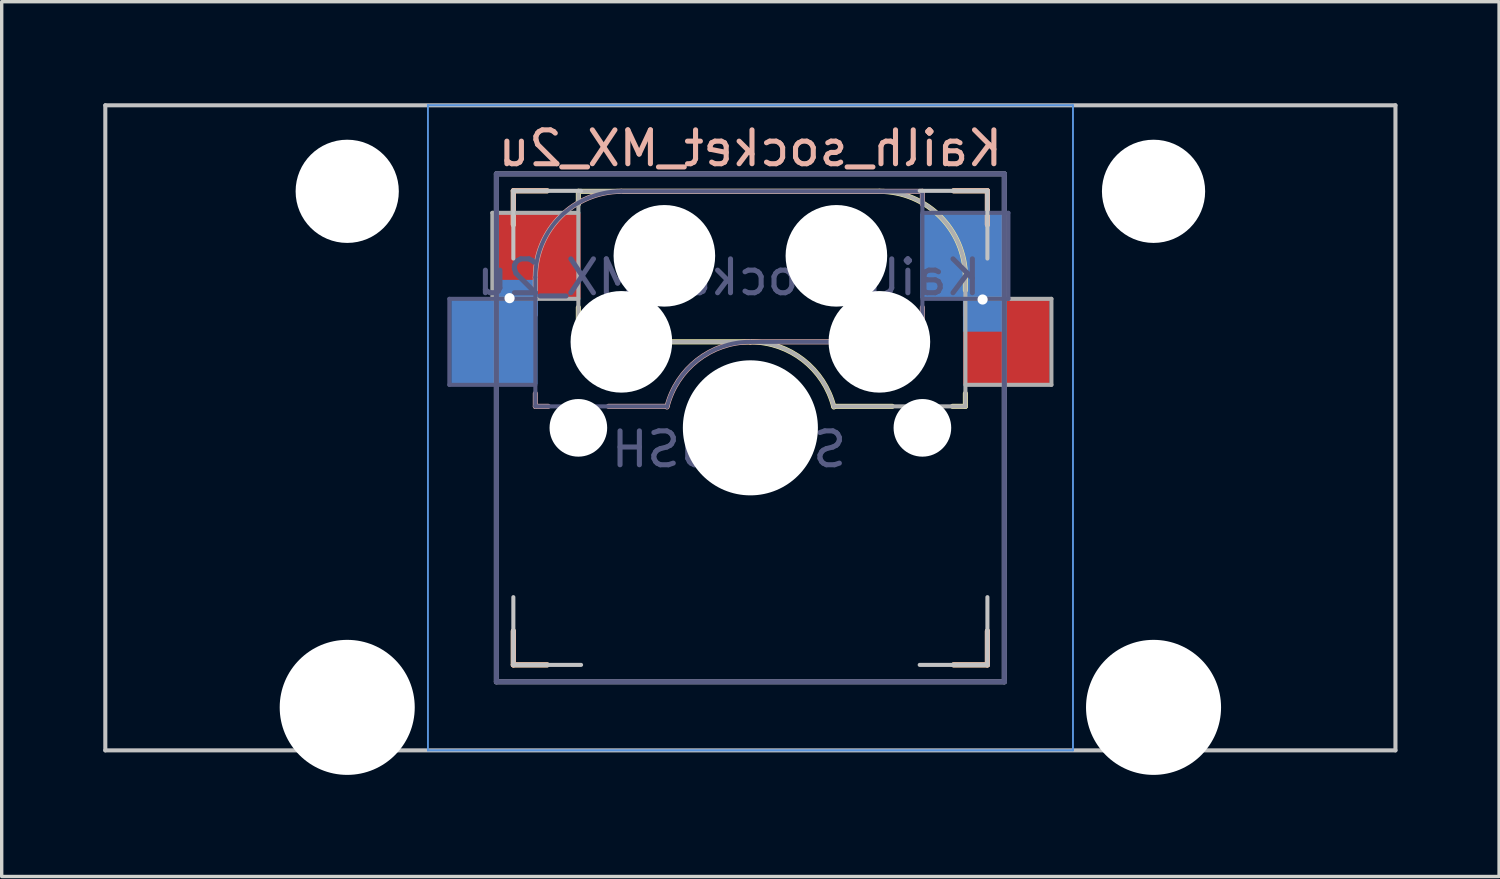
<source format=kicad_pcb>
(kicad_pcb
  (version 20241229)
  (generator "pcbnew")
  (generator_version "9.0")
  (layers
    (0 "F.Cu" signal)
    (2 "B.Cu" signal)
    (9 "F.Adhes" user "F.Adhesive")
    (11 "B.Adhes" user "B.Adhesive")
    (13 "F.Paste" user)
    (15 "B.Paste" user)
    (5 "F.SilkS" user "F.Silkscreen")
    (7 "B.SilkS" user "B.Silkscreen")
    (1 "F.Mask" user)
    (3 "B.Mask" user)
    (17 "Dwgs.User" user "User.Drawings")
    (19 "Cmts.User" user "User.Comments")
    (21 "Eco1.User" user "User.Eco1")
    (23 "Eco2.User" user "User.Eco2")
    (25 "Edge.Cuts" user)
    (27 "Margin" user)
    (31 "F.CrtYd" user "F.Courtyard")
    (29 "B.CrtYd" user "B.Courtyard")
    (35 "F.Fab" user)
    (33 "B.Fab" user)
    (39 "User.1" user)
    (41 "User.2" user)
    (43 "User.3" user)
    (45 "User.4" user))
  (footprint "Kailh_socket_MX_2u"
    (layer "F.Cu")
    (at 19.11 9.585)
    (property "Reference" "Kailh_socket_MX_2u" (at 0 -8.255 180) (layer "B.SilkS") (effects (font (size 1 1) (thickness 0.15)) (justify mirror)))
    (property "Value" "SW_PUSH" (at 0 8.255 180) (layer "F.Fab") (hide yes) (effects (font (size 1 1) (thickness 0.15))))
    (attr smd)
    (fp_line (start -7 -6) (end -7 -7) (stroke (width 0.15) (type solid)) (layer "F.SilkS"))
    (fp_line (start -7 7) (end -7 6) (stroke (width 0.15) (type solid)) (layer "F.SilkS"))
    (fp_line (start -7 7) (end -6 7) (stroke (width 0.15) (type solid)) (layer "F.SilkS"))
    (fp_line (start -6 -7) (end -7 -7) (stroke (width 0.15) (type solid)) (layer "F.SilkS"))
    (fp_line (start -5.08 -6.985) (end -5.08 -6.604) (stroke (width 0.15) (type solid)) (layer "F.SilkS"))
    (fp_line (start -5.08 -3.556) (end -5.08 -2.54) (stroke (width 0.15) (type solid)) (layer "F.SilkS"))
    (fp_line (start -5.08 -2.54) (end 0 -2.54) (stroke (width 0.15) (type solid)) (layer "F.SilkS"))
    (fp_line (start 2.464 -0.635) (end 4.191 -0.635) (stroke (width 0.15) (type solid)) (layer "F.SilkS"))
    (fp_line (start 3.81 -6.985) (end -5.08 -6.985) (stroke (width 0.15) (type solid)) (layer "F.SilkS"))
    (fp_line (start 5.969 -0.635) (end 6.35 -0.635) (stroke (width 0.15) (type solid)) (layer "F.SilkS"))
    (fp_line (start 6 7) (end 7 7) (stroke (width 0.15) (type solid)) (layer "F.SilkS"))
    (fp_line (start 6.35 -4.445) (end 6.35 -4.064) (stroke (width 0.15) (type solid)) (layer "F.SilkS"))
    (fp_line (start 6.35 -1.016) (end 6.35 -0.635) (stroke (width 0.15) (type solid)) (layer "F.SilkS"))
    (fp_line (start 7 -7) (end 6 -7) (stroke (width 0.15) (type solid)) (layer "F.SilkS"))
    (fp_line (start 7 -7) (end 7 -6) (stroke (width 0.15) (type solid)) (layer "F.SilkS"))
    (fp_line (start 7 6) (end 7 7) (stroke (width 0.15) (type solid)) (layer "F.SilkS"))
    (fp_arc (start 0 -2.54) (mid 1.563147 -2.002042) (end 2.464162 -0.61604) (stroke (width 0.15) (type solid)) (layer "F.SilkS"))
    (fp_arc (start 3.81 -6.985) (mid 5.606051 -6.241051) (end 6.35 -4.445) (stroke (width 0.15) (type solid)) (layer "F.SilkS"))
    (fp_line (start -7 -7) (end -7 -6) (stroke (width 0.15) (type solid)) (layer "B.SilkS"))
    (fp_line (start -7 -7) (end -6 -7) (stroke (width 0.15) (type solid)) (layer "B.SilkS"))
    (fp_line (start -7 6) (end -7 7) (stroke (width 0.15) (type solid)) (layer "B.SilkS"))
    (fp_line (start -6.35 -4.445) (end -6.35 -4.064) (stroke (width 0.15) (type solid)) (layer "B.SilkS"))
    (fp_line (start -6.35 -1.016) (end -6.35 -0.635) (stroke (width 0.15) (type solid)) (layer "B.SilkS"))
    (fp_line (start -6 7) (end -7 7) (stroke (width 0.15) (type solid)) (layer "B.SilkS"))
    (fp_line (start -5.969 -0.635) (end -6.35 -0.635) (stroke (width 0.15) (type solid)) (layer "B.SilkS"))
    (fp_line (start -3.81 -6.985) (end 5.08 -6.985) (stroke (width 0.15) (type solid)) (layer "B.SilkS"))
    (fp_line (start -2.464 -0.635) (end -4.191 -0.635) (stroke (width 0.15) (type solid)) (layer "B.SilkS"))
    (fp_line (start 5.08 -6.985) (end 5.08 -6.604) (stroke (width 0.15) (type solid)) (layer "B.SilkS"))
    (fp_line (start 5.08 -3.556) (end 5.08 -2.54) (stroke (width 0.15) (type solid)) (layer "B.SilkS"))
    (fp_line (start 5.08 -2.54) (end 0 -2.54) (stroke (width 0.15) (type solid)) (layer "B.SilkS"))
    (fp_line (start 6 -7) (end 7 -7) (stroke (width 0.15) (type solid)) (layer "B.SilkS"))
    (fp_line (start 7 -6) (end 7 -7) (stroke (width 0.15) (type solid)) (layer "B.SilkS"))
    (fp_line (start 7 7) (end 6 7) (stroke (width 0.15) (type solid)) (layer "B.SilkS"))
    (fp_line (start 7 7) (end 7 6) (stroke (width 0.15) (type solid)) (layer "B.SilkS"))
    (fp_arc (start -6.35 -4.445) (mid -5.606051 -6.241051) (end -3.81 -6.985) (stroke (width 0.15) (type solid)) (layer "B.SilkS"))
    (fp_arc (start -2.464162 -0.61604) (mid -1.563147 -2.002042) (end 0 -2.54) (stroke (width 0.15) (type solid)) (layer "B.SilkS"))
    (fp_line (start -19.05 -9.525) (end -19.05 9.525) (stroke (width 0.12) (type solid)) (layer "Dwgs.User"))
    (fp_line (start -19.05 -9.525) (end 19.05 -9.525) (stroke (width 0.12) (type solid)) (layer "Dwgs.User"))
    (fp_line (start -19.05 9.525) (end 19.05 9.525) (stroke (width 0.12) (type solid)) (layer "Dwgs.User"))
    (fp_line (start -7 -7) (end -5 -7) (stroke (width 0.12) (type solid)) (layer "Dwgs.User"))
    (fp_line (start -7 -5) (end -7 -7) (stroke (width 0.12) (type solid)) (layer "Dwgs.User"))
    (fp_line (start -7 7) (end -7 5) (stroke (width 0.12) (type solid)) (layer "Dwgs.User"))
    (fp_line (start -5 7) (end -7 7) (stroke (width 0.12) (type solid)) (layer "Dwgs.User"))
    (fp_line (start 5 -7) (end 7 -7) (stroke (width 0.12) (type solid)) (layer "Dwgs.User"))
    (fp_line (start 5 7) (end 7 7) (stroke (width 0.12) (type solid)) (layer "Dwgs.User"))
    (fp_line (start 7 -7) (end 7 -5) (stroke (width 0.12) (type solid)) (layer "Dwgs.User"))
    (fp_line (start 7 7) (end 7 5) (stroke (width 0.12) (type solid)) (layer "Dwgs.User"))
    (fp_line (start 19.05 -9.525) (end 19.05 9.525) (stroke (width 0.12) (type solid)) (layer "Dwgs.User"))
    (fp_line (start -9.525 -9.525) (end -9.525 9.525) (stroke (width 0.05) (type solid)) (layer "Cmts.User"))
    (fp_line (start -9.525 -9.525) (end -9.525 9.525) (stroke (width 0.05) (type solid)) (layer "Cmts.User"))
    (fp_line (start -9.525 -9.525) (end 9.525 -9.525) (stroke (width 0.05) (type solid)) (layer "Cmts.User"))
    (fp_line (start -9.525 9.525) (end 9.525 9.525) (stroke (width 0.05) (type solid)) (layer "Cmts.User"))
    (fp_line (start 9.525 -9.525) (end -9.525 -9.525) (stroke (width 0.05) (type solid)) (layer "Cmts.User"))
    (fp_line (start 9.525 -9.525) (end 9.525 9.525) (stroke (width 0.05) (type solid)) (layer "Cmts.User"))
    (fp_line (start 9.525 -9.525) (end 9.525 9.525) (stroke (width 0.05) (type solid)) (layer "Cmts.User"))
    (fp_line (start 9.525 9.525) (end -9.525 9.525) (stroke (width 0.05) (type solid)) (layer "Cmts.User"))
    (fp_line (start -15.281 -5.5) (end -15.281 7.5) (stroke (width 0.05) (type solid)) (layer "Eco2.User"))
    (fp_line (start -14.781 -6) (end -9.031 -6) (stroke (width 0.05) (type solid)) (layer "Eco2.User"))
    (fp_line (start -14.781 8) (end -9.031 8) (stroke (width 0.05) (type solid)) (layer "Eco2.User"))
    (fp_line (start -8.531 -5.5) (end -8.531 7.5) (stroke (width 0.05) (type solid)) (layer "Eco2.User"))
    (fp_line (start -6.9 -6.9) (end -6.9 6.9) (stroke (width 0.15) (type solid)) (layer "Eco2.User"))
    (fp_line (start -6.9 -6.9) (end 6.9 -6.9) (stroke (width 0.15) (type solid)) (layer "Eco2.User"))
    (fp_line (start -6.9 6.9) (end -6.9 -6.9) (stroke (width 0.15) (type solid)) (layer "Eco2.User"))
    (fp_line (start -6.9 6.9) (end 6.9 6.9) (stroke (width 0.15) (type solid)) (layer "Eco2.User"))
    (fp_line (start 6.9 -6.9) (end -6.9 -6.9) (stroke (width 0.15) (type solid)) (layer "Eco2.User"))
    (fp_line (start 6.9 -6.9) (end 6.9 6.9) (stroke (width 0.15) (type solid)) (layer "Eco2.User"))
    (fp_line (start 6.9 6.9) (end -6.9 6.9) (stroke (width 0.15) (type solid)) (layer "Eco2.User"))
    (fp_line (start 6.9 6.9) (end 6.9 -6.9) (stroke (width 0.15) (type solid)) (layer "Eco2.User"))
    (fp_line (start 8.531 -5.5) (end 8.531 7.5) (stroke (width 0.05) (type solid)) (layer "Eco2.User"))
    (fp_line (start 9.031 -6) (end 14.78 -6) (stroke (width 0.05) (type solid)) (layer "Eco2.User"))
    (fp_line (start 9.031 8) (end 14.781 8) (stroke (width 0.05) (type solid)) (layer "Eco2.User"))
    (fp_line (start 15.28 -5.5) (end 15.281 7.5) (stroke (width 0.05) (type solid)) (layer "Eco2.User"))
    (fp_arc (start -15.28125 -5.499999) (mid -15.134804 -5.853553) (end -14.78125 -5.999999) (stroke (width 0.05) (type solid)) (layer "Eco2.User"))
    (fp_arc (start -14.78125 8.000001) (mid -15.134804 7.853554) (end -15.28125 7.500001) (stroke (width 0.05) (type solid)) (layer "Eco2.User"))
    (fp_arc (start -9.03125 -5.999999) (mid -8.677729 -5.853535) (end -8.53125 -5.499999) (stroke (width 0.05) (type solid)) (layer "Eco2.User"))
    (fp_arc (start -8.53125 7.500001) (mid -8.677694 7.853571) (end -9.03125 8.000001) (stroke (width 0.05) (type solid)) (layer "Eco2.User"))
    (fp_arc (start 8.53125 -5.499999) (mid 8.677693 -5.853571) (end 9.03125 -5.999999) (stroke (width 0.05) (type solid)) (layer "Eco2.User"))
    (fp_arc (start 9.03125 8.000001) (mid 8.677729 7.853537) (end 8.53125 7.500001) (stroke (width 0.05) (type solid)) (layer "Eco2.User"))
    (fp_arc (start 14.780039 -5.999999) (mid 15.133567 -5.853539) (end 15.280039 -5.499999) (stroke (width 0.05) (type solid)) (layer "Eco2.User"))
    (fp_arc (start 15.28125 7.500001) (mid 15.134806 7.853571) (end 14.78125 8.000001) (stroke (width 0.05) (type solid)) (layer "Eco2.User"))
    (fp_line (start -8.89 -3.81) (end -6.35 -3.81) (stroke (width 0.12) (type solid)) (layer "B.Fab"))
    (fp_line (start -8.89 -1.27) (end -8.89 -3.81) (stroke (width 0.12) (type solid)) (layer "B.Fab"))
    (fp_line (start -7.5 -7.5) (end -7.5 7.5) (stroke (width 0.15) (type solid)) (layer "B.Fab"))
    (fp_line (start -7.5 7.5) (end 7.5 7.5) (stroke (width 0.15) (type solid)) (layer "B.Fab"))
    (fp_line (start -6.35 -1.27) (end -8.89 -1.27) (stroke (width 0.12) (type solid)) (layer "B.Fab"))
    (fp_line (start -6.35 -0.635) (end -6.35 -4.445) (stroke (width 0.12) (type solid)) (layer "B.Fab"))
    (fp_line (start -6.35 -0.635) (end -2.54 -0.635) (stroke (width 0.12) (type solid)) (layer "B.Fab"))
    (fp_line (start -3.81 -6.985) (end 5.08 -6.985) (stroke (width 0.12) (type solid)) (layer "B.Fab"))
    (fp_line (start 5.08 -6.985) (end 5.08 -2.54) (stroke (width 0.12) (type solid)) (layer "B.Fab"))
    (fp_line (start 5.08 -6.35) (end 7.62 -6.35) (stroke (width 0.12) (type solid)) (layer "B.Fab"))
    (fp_line (start 5.08 -2.54) (end 0 -2.54) (stroke (width 0.12) (type solid)) (layer "B.Fab"))
    (fp_line (start 7.5 -7.5) (end -7.5 -7.5) (stroke (width 0.15) (type solid)) (layer "B.Fab"))
    (fp_line (start 7.5 7.5) (end 7.5 -7.5) (stroke (width 0.15) (type solid)) (layer "B.Fab"))
    (fp_line (start 7.62 -6.35) (end 7.62 -3.81) (stroke (width 0.12) (type solid)) (layer "B.Fab"))
    (fp_line (start 7.62 -3.81) (end 5.08 -3.81) (stroke (width 0.12) (type solid)) (layer "B.Fab"))
    (fp_arc (start -6.35 -4.445) (mid -5.606051 -6.241051) (end -3.81 -6.985) (stroke (width 0.12) (type solid)) (layer "B.Fab"))
    (fp_arc (start -2.464162 -0.61604) (mid -1.563147 -2.002042) (end 0 -2.54) (stroke (width 0.12) (type solid)) (layer "B.Fab"))
    (fp_line (start -7.62 -6.35) (end -7.62 -3.81) (stroke (width 0.12) (type solid)) (layer "F.Fab"))
    (fp_line (start -7.62 -3.81) (end -5.08 -3.81) (stroke (width 0.12) (type solid)) (layer "F.Fab"))
    (fp_line (start -7.5 -7.5) (end 7.5 -7.5) (stroke (width 0.15) (type solid)) (layer "F.Fab"))
    (fp_line (start -7.5 7.5) (end -7.5 -7.5) (stroke (width 0.15) (type solid)) (layer "F.Fab"))
    (fp_line (start -5.08 -6.985) (end -5.08 -2.54) (stroke (width 0.12) (type solid)) (layer "F.Fab"))
    (fp_line (start -5.08 -6.35) (end -7.62 -6.35) (stroke (width 0.12) (type solid)) (layer "F.Fab"))
    (fp_line (start -5.08 -2.54) (end 0 -2.54) (stroke (width 0.12) (type solid)) (layer "F.Fab"))
    (fp_line (start 3.81 -6.985) (end -5.08 -6.985) (stroke (width 0.12) (type solid)) (layer "F.Fab"))
    (fp_line (start 6.35 -1.27) (end 8.89 -1.27) (stroke (width 0.12) (type solid)) (layer "F.Fab"))
    (fp_line (start 6.35 -0.635) (end 2.54 -0.635) (stroke (width 0.12) (type solid)) (layer "F.Fab"))
    (fp_line (start 6.35 -0.635) (end 6.35 -4.445) (stroke (width 0.12) (type solid)) (layer "F.Fab"))
    (fp_line (start 7.5 -7.5) (end 7.5 7.5) (stroke (width 0.15) (type solid)) (layer "F.Fab"))
    (fp_line (start 7.5 7.5) (end -7.5 7.5) (stroke (width 0.15) (type solid)) (layer "F.Fab"))
    (fp_line (start 8.89 -3.81) (end 6.35 -3.81) (stroke (width 0.12) (type solid)) (layer "F.Fab"))
    (fp_line (start 8.89 -1.27) (end 8.89 -3.81) (stroke (width 0.12) (type solid)) (layer "F.Fab"))
    (fp_arc (start 0 -2.54) (mid 1.563147 -2.002042) (end 2.464162 -0.61604) (stroke (width 0.12) (type solid)) (layer "F.Fab"))
    (fp_arc (start 3.81 -6.985) (mid 5.606051 -6.241051) (end 6.35 -4.445) (stroke (width 0.12) (type solid)) (layer "F.Fab"))
    (fp_text user "${REFERENCE}" (at -0.635 -4.445 180) (layer "B.Fab") (effects (font (size 1 1) (thickness 0.15)) (justify mirror)))
    (fp_text user "${VALUE}" (at -0.635 0.635 180) (layer "B.Fab") (effects (font (size 1 1) (thickness 0.15)) (justify mirror)))
    (pad "" np_thru_hole circle (at -11.906 -6.985) (size 3.048 3.048) (drill 3.048) (layers "*.Cu" "*.Mask"))
    (pad "" np_thru_hole circle (at -11.906 8.255) (size 3.988 3.988) (drill 3.988) (layers "*.Cu" "*.Mask"))
    (pad "" np_thru_hole circle (at -5.08 0) (size 1.702 1.702) (drill 1.702) (layers "*.Cu" "*.Mask"))
    (pad "" np_thru_hole circle (at -3.81 -2.54) (size 3 3) (drill 3) (layers "*.Cu" "*.Mask"))
    (pad "" np_thru_hole circle (at -2.54 -5.08) (size 3 3) (drill 3) (layers "*.Cu" "*.Mask"))
    (pad "" np_thru_hole circle (at 0 0) (size 3.988 3.988) (drill 3.988) (layers "*.Cu" "*.Mask"))
    (pad "" np_thru_hole circle (at 2.54 -5.08) (size 3 3) (drill 3) (layers "*.Cu" "*.Mask"))
    (pad "" np_thru_hole circle (at 3.81 -2.54) (size 3 3) (drill 3) (layers "*.Cu" "*.Mask"))
    (pad "" np_thru_hole circle (at 5.08 0) (size 1.702 1.702) (drill 1.702) (layers "*.Cu" "*.Mask"))
    (pad "" np_thru_hole circle (at 11.906 -6.985) (size 3.048 3.048) (drill 3.048) (layers "*.Cu" "*.Mask"))
    (pad "" np_thru_hole circle (at 11.906 8.255) (size 3.988 3.988) (drill 3.988) (layers "*.Cu" "*.Mask"))
    (pad "1" smd rect (at 6.29 -5.08) (size 2.55 2.5) (layers "B.Cu" "B.Mask" "B.Paste"))
    (pad "1" smd rect (at 6.77 -3.77) (size 0.985 0.96) (layers "F.Cu" "F.Mask" "F.Paste"))
    (pad "1" thru_hole circle (at 6.858 -3.79) (size 0.6 0.6) (drill 0.3) (layers "*.Cu" "*.Mask"))
    (pad "1" smd rect (at 6.924 -3.545) (size 1.292 1.41) (layers "B.Cu" "B.Mask" "B.Paste"))
    (pad "1" smd rect (at 7.56 -2.54) (size 2.55 2.5) (layers "F.Cu" "F.Mask" "F.Paste"))
    (pad "2" smd rect (at -7.56 -2.54) (size 2.55 2.5) (layers "B.Cu" "B.Mask" "B.Paste"))
    (pad "2" thru_hole circle (at -7.112 -3.83) (size 0.6 0.6) (drill 0.3) (layers "*.Cu" "*.Mask"))
    (pad "2" smd rect (at -6.864 -3.82) (size 1.173 1.06) (layers "F.Cu" "F.Mask" "F.Paste"))
    (pad "2" smd rect (at -6.86 -3.84) (size 1.173 1.06) (layers "B.Cu" "B.Mask" "B.Paste"))
    (pad "2" smd rect (at -6.29 -5.08) (size 2.55 2.5) (layers "F.Cu" "F.Mask" "F.Paste")))
  (gr_rect
    (start -3 -3)
    (end 41.22 22.834)
    (stroke (width 0.1) (type default))
    (fill no)
    (layer "Edge.Cuts")))
</source>
